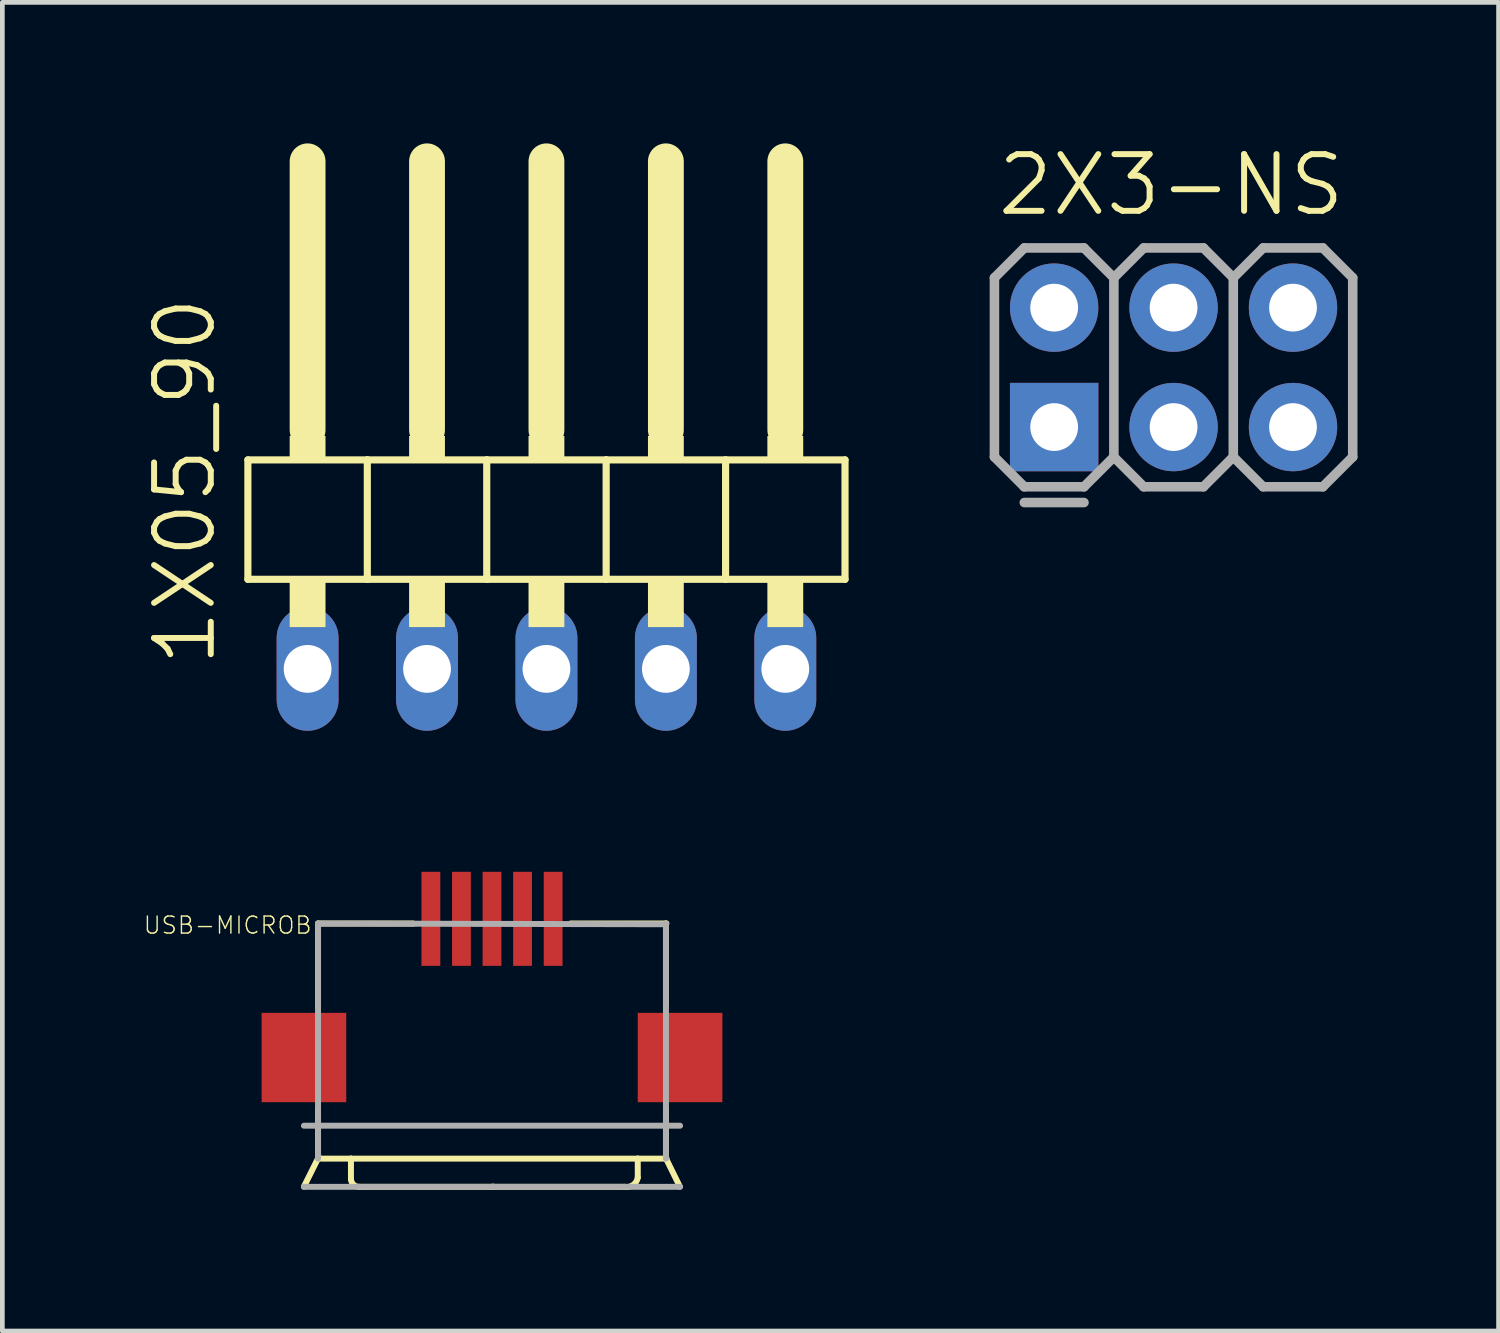
<source format=kicad_pcb>
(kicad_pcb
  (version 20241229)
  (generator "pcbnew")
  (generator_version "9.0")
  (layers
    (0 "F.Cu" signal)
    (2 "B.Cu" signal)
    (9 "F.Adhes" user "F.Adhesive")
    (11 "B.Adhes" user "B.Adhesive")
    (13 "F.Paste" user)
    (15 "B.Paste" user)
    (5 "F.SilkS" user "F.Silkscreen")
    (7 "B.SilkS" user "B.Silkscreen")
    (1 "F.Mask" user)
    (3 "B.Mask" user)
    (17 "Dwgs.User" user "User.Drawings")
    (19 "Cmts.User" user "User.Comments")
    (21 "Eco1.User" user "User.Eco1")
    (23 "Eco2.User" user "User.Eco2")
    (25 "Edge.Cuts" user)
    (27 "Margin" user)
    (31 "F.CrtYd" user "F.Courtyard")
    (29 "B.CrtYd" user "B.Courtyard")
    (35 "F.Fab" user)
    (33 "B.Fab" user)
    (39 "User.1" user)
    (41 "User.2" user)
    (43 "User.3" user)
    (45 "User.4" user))
  (footprint "1X05_90"
    (layer "F.Cu")
    (at 8.572 7.366)
    (property "Reference" "1X05_90" (at -6.985 3.81 90) (layer "F.SilkS") (effects (font (size 1.206 1.206) (thickness 0.127)) (justify left bottom)))
    (attr through_hole)
    (fp_line (start -6.35 -0.635) (end -6.35 1.905) (stroke (width 0.152) (type solid)) (layer "F.SilkS"))
    (fp_line (start -6.35 1.905) (end -3.81 1.905) (stroke (width 0.152) (type solid)) (layer "F.SilkS"))
    (fp_line (start -5.08 -6.985) (end -5.08 -1.27) (stroke (width 0.762) (type solid)) (layer "F.SilkS"))
    (fp_line (start -3.81 -0.635) (end -6.35 -0.635) (stroke (width 0.152) (type solid)) (layer "F.SilkS"))
    (fp_line (start -3.81 1.905) (end -3.81 -0.635) (stroke (width 0.152) (type solid)) (layer "F.SilkS"))
    (fp_line (start -3.81 1.905) (end -1.27 1.905) (stroke (width 0.152) (type solid)) (layer "F.SilkS"))
    (fp_line (start -2.54 -6.985) (end -2.54 -1.27) (stroke (width 0.762) (type solid)) (layer "F.SilkS"))
    (fp_line (start -1.27 -0.635) (end -3.81 -0.635) (stroke (width 0.152) (type solid)) (layer "F.SilkS"))
    (fp_line (start -1.27 1.905) (end -1.27 -0.635) (stroke (width 0.152) (type solid)) (layer "F.SilkS"))
    (fp_line (start -1.27 1.905) (end 1.27 1.905) (stroke (width 0.152) (type solid)) (layer "F.SilkS"))
    (fp_line (start 0 -6.985) (end 0 -1.27) (stroke (width 0.762) (type solid)) (layer "F.SilkS"))
    (fp_line (start 1.27 -0.635) (end -1.27 -0.635) (stroke (width 0.152) (type solid)) (layer "F.SilkS"))
    (fp_line (start 1.27 1.905) (end 1.27 -0.635) (stroke (width 0.152) (type solid)) (layer "F.SilkS"))
    (fp_line (start 1.27 1.905) (end 3.81 1.905) (stroke (width 0.152) (type solid)) (layer "F.SilkS"))
    (fp_line (start 2.54 -6.985) (end 2.54 -1.27) (stroke (width 0.762) (type solid)) (layer "F.SilkS"))
    (fp_line (start 3.81 -0.635) (end 1.27 -0.635) (stroke (width 0.152) (type solid)) (layer "F.SilkS"))
    (fp_line (start 3.81 1.905) (end 3.81 -0.635) (stroke (width 0.152) (type solid)) (layer "F.SilkS"))
    (fp_line (start 3.81 1.905) (end 6.35 1.905) (stroke (width 0.152) (type solid)) (layer "F.SilkS"))
    (fp_line (start 5.08 -6.985) (end 5.08 -1.27) (stroke (width 0.762) (type solid)) (layer "F.SilkS"))
    (fp_line (start 6.35 -0.635) (end 3.81 -0.635) (stroke (width 0.152) (type solid)) (layer "F.SilkS"))
    (fp_line (start 6.35 1.905) (end 6.35 -0.635) (stroke (width 0.152) (type solid)) (layer "F.SilkS"))
    (fp_poly (pts (xy -5.461 -0.635) (xy -4.699 -0.635) (xy -4.699 -1.143) (xy -5.461 -1.143)) (stroke (width 0) (type solid)) (fill yes) (layer "F.SilkS"))
    (fp_poly (pts (xy -5.461 2.921) (xy -4.699 2.921) (xy -4.699 1.905) (xy -5.461 1.905)) (stroke (width 0) (type solid)) (fill yes) (layer "F.SilkS"))
    (fp_poly (pts (xy -2.921 -0.635) (xy -2.159 -0.635) (xy -2.159 -1.143) (xy -2.921 -1.143)) (stroke (width 0) (type solid)) (fill yes) (layer "F.SilkS"))
    (fp_poly (pts (xy -2.921 2.921) (xy -2.159 2.921) (xy -2.159 1.905) (xy -2.921 1.905)) (stroke (width 0) (type solid)) (fill yes) (layer "F.SilkS"))
    (fp_poly (pts (xy -0.381 -0.635) (xy 0.381 -0.635) (xy 0.381 -1.143) (xy -0.381 -1.143)) (stroke (width 0) (type solid)) (fill yes) (layer "F.SilkS"))
    (fp_poly (pts (xy -0.381 2.921) (xy 0.381 2.921) (xy 0.381 1.905) (xy -0.381 1.905)) (stroke (width 0) (type solid)) (fill yes) (layer "F.SilkS"))
    (fp_poly (pts (xy 2.159 -0.635) (xy 2.921 -0.635) (xy 2.921 -1.143) (xy 2.159 -1.143)) (stroke (width 0) (type solid)) (fill yes) (layer "F.SilkS"))
    (fp_poly (pts (xy 2.159 2.921) (xy 2.921 2.921) (xy 2.921 1.905) (xy 2.159 1.905)) (stroke (width 0) (type solid)) (fill yes) (layer "F.SilkS"))
    (fp_poly (pts (xy 4.699 -0.635) (xy 5.461 -0.635) (xy 5.461 -1.143) (xy 4.699 -1.143)) (stroke (width 0) (type solid)) (fill yes) (layer "F.SilkS"))
    (fp_poly (pts (xy 4.699 2.921) (xy 5.461 2.921) (xy 5.461 1.905) (xy 4.699 1.905)) (stroke (width 0) (type solid)) (fill yes) (layer "F.SilkS"))
    (pad "1" thru_hole oval (at -5.08 3.81 90) (size 2.632 1.316) (drill 1.016) (layers "*.Cu" "*.Mask"))
    (pad "2" thru_hole oval (at -2.54 3.81 90) (size 2.632 1.316) (drill 1.016) (layers "*.Cu" "*.Mask"))
    (pad "3" thru_hole oval (at 0 3.81 90) (size 2.632 1.316) (drill 1.016) (layers "*.Cu" "*.Mask"))
    (pad "4" thru_hole oval (at 2.54 3.81 90) (size 2.632 1.316) (drill 1.016) (layers "*.Cu" "*.Mask"))
    (pad "5" thru_hole oval (at 5.08 3.81 90) (size 2.632 1.316) (drill 1.016) (layers "*.Cu" "*.Mask")))
  (footprint "2X3-NS"
    (layer "F.Cu")
    (at 21.91 4.763)
    (property "Reference" "2X3-NS" (at -3.81 -3.175 0) (layer "F.SilkS") (effects (font (size 1.206 1.206) (thickness 0.127)) (justify left bottom)))
    (attr through_hole)
    (fp_line (start -3.81 -1.905) (end -3.175 -2.54) (stroke (width 0.203) (type solid)) (layer "F.Fab"))
    (fp_line (start -3.81 1.905) (end -3.81 -1.905) (stroke (width 0.203) (type solid)) (layer "F.Fab"))
    (fp_line (start -3.81 1.905) (end -3.175 2.54) (stroke (width 0.203) (type solid)) (layer "F.Fab"))
    (fp_line (start -3.175 -2.54) (end -1.905 -2.54) (stroke (width 0.203) (type solid)) (layer "F.Fab"))
    (fp_line (start -3.175 2.54) (end -1.905 2.54) (stroke (width 0.203) (type solid)) (layer "F.Fab"))
    (fp_line (start -1.905 -2.54) (end -1.27 -1.905) (stroke (width 0.203) (type solid)) (layer "F.Fab"))
    (fp_line (start -1.905 2.54) (end -1.27 1.905) (stroke (width 0.203) (type solid)) (layer "F.Fab"))
    (fp_line (start -1.905 2.875) (end -3.175 2.875) (stroke (width 0.203) (type solid)) (layer "F.Fab"))
    (fp_line (start -1.27 -1.905) (end -1.27 1.905) (stroke (width 0.203) (type solid)) (layer "F.Fab"))
    (fp_line (start -1.27 -1.905) (end -0.635 -2.54) (stroke (width 0.203) (type solid)) (layer "F.Fab"))
    (fp_line (start -1.27 1.905) (end -0.635 2.54) (stroke (width 0.203) (type solid)) (layer "F.Fab"))
    (fp_line (start -0.635 -2.54) (end 0.635 -2.54) (stroke (width 0.203) (type solid)) (layer "F.Fab"))
    (fp_line (start -0.635 2.54) (end 0.635 2.54) (stroke (width 0.203) (type solid)) (layer "F.Fab"))
    (fp_line (start 0.635 -2.54) (end 1.27 -1.905) (stroke (width 0.203) (type solid)) (layer "F.Fab"))
    (fp_line (start 0.635 2.54) (end 1.27 1.905) (stroke (width 0.203) (type solid)) (layer "F.Fab"))
    (fp_line (start 1.27 -1.905) (end 1.27 1.905) (stroke (width 0.203) (type solid)) (layer "F.Fab"))
    (fp_line (start 1.27 -1.905) (end 1.905 -2.54) (stroke (width 0.203) (type solid)) (layer "F.Fab"))
    (fp_line (start 1.27 1.905) (end 1.905 2.54) (stroke (width 0.203) (type solid)) (layer "F.Fab"))
    (fp_line (start 1.905 -2.54) (end 3.175 -2.54) (stroke (width 0.203) (type solid)) (layer "F.Fab"))
    (fp_line (start 1.905 2.54) (end 3.175 2.54) (stroke (width 0.203) (type solid)) (layer "F.Fab"))
    (fp_line (start 3.175 -2.54) (end 3.81 -1.905) (stroke (width 0.203) (type solid)) (layer "F.Fab"))
    (fp_line (start 3.175 2.54) (end 3.81 1.905) (stroke (width 0.203) (type solid)) (layer "F.Fab"))
    (fp_line (start 3.81 -1.905) (end 3.81 1.905) (stroke (width 0.203) (type solid)) (layer "F.Fab"))
    (fp_poly (pts (xy -2.794 -1.016) (xy -2.286 -1.016) (xy -2.286 -1.524) (xy -2.794 -1.524)) (stroke (width 0.1) (type solid)) (fill no) (layer "F.Fab"))
    (fp_poly (pts (xy -2.794 1.524) (xy -2.286 1.524) (xy -2.286 1.016) (xy -2.794 1.016)) (stroke (width 0.1) (type solid)) (fill no) (layer "F.Fab"))
    (fp_poly (pts (xy -0.254 -1.016) (xy 0.254 -1.016) (xy 0.254 -1.524) (xy -0.254 -1.524)) (stroke (width 0.1) (type solid)) (fill no) (layer "F.Fab"))
    (fp_poly (pts (xy -0.254 1.524) (xy 0.254 1.524) (xy 0.254 1.016) (xy -0.254 1.016)) (stroke (width 0.1) (type solid)) (fill no) (layer "F.Fab"))
    (fp_poly (pts (xy 2.286 -1.016) (xy 2.794 -1.016) (xy 2.794 -1.524) (xy 2.286 -1.524)) (stroke (width 0.1) (type solid)) (fill no) (layer "F.Fab"))
    (fp_poly (pts (xy 2.286 1.524) (xy 2.794 1.524) (xy 2.794 1.016) (xy 2.286 1.016)) (stroke (width 0.1) (type solid)) (fill no) (layer "F.Fab"))
    (pad "1" thru_hole rect (at -2.54 1.27) (size 1.88 1.88) (drill 1.016) (layers "*.Cu" "*.Mask"))
    (pad "2" thru_hole circle (at -2.54 -1.27) (size 1.88 1.88) (drill 1.016) (layers "*.Cu" "*.Mask"))
    (pad "3" thru_hole circle (at 0 1.27) (size 1.88 1.88) (drill 1.016) (layers "*.Cu" "*.Mask"))
    (pad "4" thru_hole circle (at 0 -1.27) (size 1.88 1.88) (drill 1.016) (layers "*.Cu" "*.Mask"))
    (pad "5" thru_hole circle (at 2.54 1.27) (size 1.88 1.88) (drill 1.016) (layers "*.Cu" "*.Mask"))
    (pad "6" thru_hole circle (at 2.54 -1.27) (size 1.88 1.88) (drill 1.016) (layers "*.Cu" "*.Mask")))
  (footprint "USB-MICROB"
    (layer "F.Cu")
    (at 7.414 19.592)
    (property "Reference" "USB-MICROB" (at -3.81 -3.175 0) (layer "F.SilkS") (effects (font (size 0.362 0.362) (thickness 0.03)) (justify right top)))
    (attr through_hole)
    (fp_line (start -3.7 -3) (end -3.7 -1.265) (stroke (width 0.127) (type solid)) (layer "F.SilkS"))
    (fp_line (start -3.7 -3) (end -1.67 -3) (stroke (width 0.127) (type solid)) (layer "F.SilkS"))
    (fp_line (start -3.7 2) (end -3.7 0.97) (stroke (width 0.127) (type solid)) (layer "F.SilkS"))
    (fp_line (start -3.685 1.965) (end -4 2.595) (stroke (width 0.127) (type solid)) (layer "F.SilkS"))
    (fp_line (start -3 2) (end -3.7 2) (stroke (width 0.127) (type solid)) (layer "F.SilkS"))
    (fp_line (start -3 2) (end -3 2.435) (stroke (width 0.127) (type solid)) (layer "F.SilkS"))
    (fp_line (start -2.82 2.6) (end 0 2.6) (stroke (width 0.127) (type solid)) (layer "F.SilkS"))
    (fp_line (start 2.82 2.6) (end 0 2.6) (stroke (width 0.127) (type solid)) (layer "F.SilkS"))
    (fp_line (start 3.1 2) (end -3 2) (stroke (width 0.127) (type solid)) (layer "F.SilkS"))
    (fp_line (start 3.1 2) (end 3.1 2.405) (stroke (width 0.127) (type solid)) (layer "F.SilkS"))
    (fp_line (start 3.69 1.975) (end 3.995 2.595) (stroke (width 0.127) (type solid)) (layer "F.SilkS"))
    (fp_line (start 3.7 -3) (end 1.67 -3) (stroke (width 0.127) (type solid)) (layer "F.SilkS"))
    (fp_line (start 3.7 -3) (end 3.7 -1.27) (stroke (width 0.127) (type solid)) (layer "F.SilkS"))
    (fp_line (start 3.7 2) (end 3.1 2) (stroke (width 0.127) (type solid)) (layer "F.SilkS"))
    (fp_line (start 3.7 2) (end 3.7 0.97) (stroke (width 0.127) (type solid)) (layer "F.SilkS"))
    (fp_line (start 3.71 -3) (end 3.7 -3) (stroke (width 0.127) (type solid)) (layer "F.SilkS"))
    (fp_line (start 3.71 1.995) (end 3.7 2) (stroke (width 0.127) (type solid)) (layer "F.SilkS"))
    (fp_arc (start -2.819998 2.6) (mid -2.944199 2.554809) (end -3 2.435) (stroke (width 0.127) (type solid)) (layer "F.SilkS"))
    (fp_arc (start 0.025 2.595) (mid 0.013536 2.602678) (end 0 2.6) (stroke (width 0.127) (type solid)) (layer "F.SilkS"))
    (fp_arc (start 3.1 2.405) (mid 3.000386 2.56049) (end 2.82 2.6) (stroke (width 0.127) (type solid)) (layer "F.SilkS"))
    (fp_line (start -4 1.3) (end 4 1.3) (stroke (width 0.127) (type solid)) (layer "F.Fab"))
    (fp_line (start -4 2.6) (end 4 2.6) (stroke (width 0.127) (type solid)) (layer "F.Fab"))
    (fp_line (start -3.7 -3) (end 3.7 -2.985) (stroke (width 0.127) (type solid)) (layer "F.Fab"))
    (fp_line (start -3.7 2) (end -3.7 -3) (stroke (width 0.127) (type solid)) (layer "F.Fab"))
    (fp_line (start 3.7 2) (end 3.7 -3) (stroke (width 0.127) (type solid)) (layer "F.Fab"))
    (pad "D+" smd rect (at 0 -3.1 90) (size 2 0.4) (layers "F.Cu" "F.Mask" "F.Paste"))
    (pad "D-" smd rect (at -0.65 -3.1 90) (size 2 0.4) (layers "F.Cu" "F.Mask" "F.Paste"))
    (pad "GND" smd rect (at 1.3 -3.1 90) (size 2 0.4) (layers "F.Cu" "F.Mask" "F.Paste"))
    (pad "GND@2" smd rect (at -4 -0.15 270) (size 1.9 1.8) (layers "F.Cu" "F.Mask" "F.Paste"))
    (pad "GND@3" smd rect (at 4 -0.15 270) (size 1.9 1.8) (layers "F.Cu" "F.Mask" "F.Paste"))
    (pad "ID" smd rect (at 0.65 -3.1 90) (size 2 0.4) (layers "F.Cu" "F.Mask" "F.Paste"))
    (pad "VBUS" smd rect (at -1.3 -3.1 90) (size 2 0.4) (layers "F.Cu" "F.Mask" "F.Paste")))
  (gr_rect
    (start -3 -3)
    (end 28.822 25.259)
    (stroke (width 0.1) (type default))
    (fill no)
    (layer "Edge.Cuts")))
</source>
